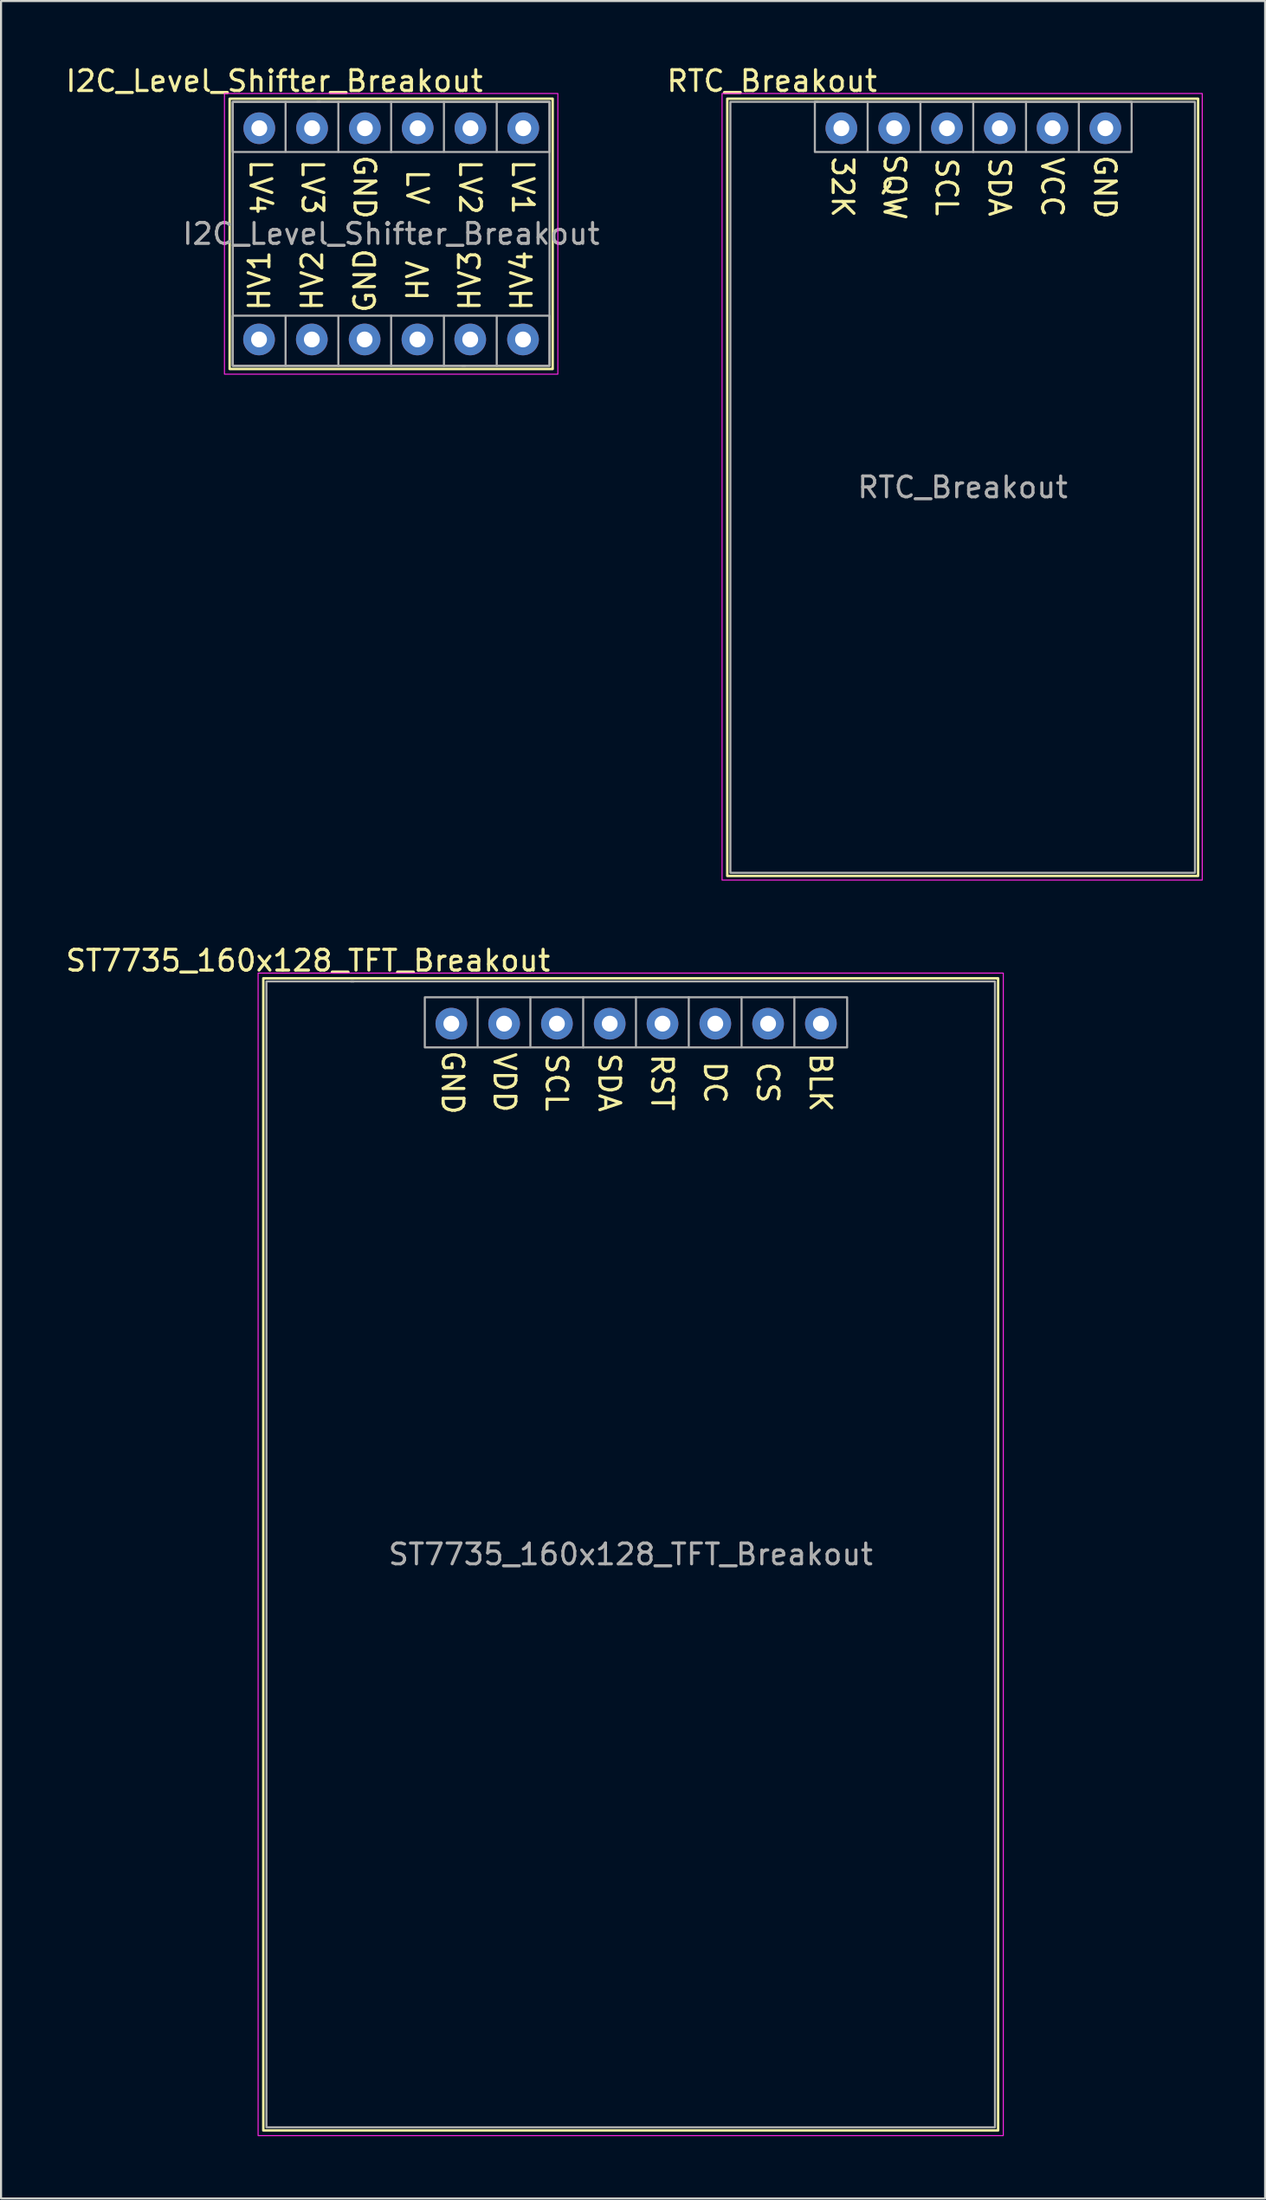
<source format=kicad_pcb>
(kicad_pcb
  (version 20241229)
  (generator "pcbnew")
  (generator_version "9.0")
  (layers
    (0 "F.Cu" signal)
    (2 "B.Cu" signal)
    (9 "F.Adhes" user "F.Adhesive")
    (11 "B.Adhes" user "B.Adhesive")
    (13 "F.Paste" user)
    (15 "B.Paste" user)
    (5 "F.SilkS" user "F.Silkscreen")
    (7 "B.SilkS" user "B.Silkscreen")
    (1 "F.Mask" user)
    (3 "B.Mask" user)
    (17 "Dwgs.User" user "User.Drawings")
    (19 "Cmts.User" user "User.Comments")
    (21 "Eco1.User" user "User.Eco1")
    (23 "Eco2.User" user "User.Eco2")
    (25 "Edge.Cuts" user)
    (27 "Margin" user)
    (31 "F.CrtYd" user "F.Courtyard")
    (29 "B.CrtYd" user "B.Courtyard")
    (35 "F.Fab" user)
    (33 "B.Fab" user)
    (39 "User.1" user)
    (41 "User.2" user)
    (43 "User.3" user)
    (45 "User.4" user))
  (footprint "RTC_Breakout"
    (layer "F.Cu")
    (at 32.09 1.848)
    (property "Reference" "RTC_Breakout" (at 2 -1 0) (unlocked yes) (layer "F.SilkS") (effects (font (size 1 1) (thickness 0.15))))
    (attr through_hole)
    (fp_rect (start -0.15 -0.15) (end 22.502 37.234) (stroke (width 0.12) (type solid)) (fill no) (layer "F.SilkS"))
    (fp_rect (start -0.4 -0.4) (end 22.702 37.434) (stroke (width 0.05) (type solid)) (fill no) (layer "F.CrtYd"))
    (fp_line (start 4.2 0) (end 4.064 0) (stroke (width 0.1) (type solid)) (layer "F.Fab"))
    (fp_line (start 6.604 0) (end 6.604 2.4) (stroke (width 0.1) (type solid)) (layer "F.Fab"))
    (fp_line (start 9.144 0) (end 9.144 2.4) (stroke (width 0.1) (type solid)) (layer "F.Fab"))
    (fp_line (start 11.684 0) (end 11.684 2.413) (stroke (width 0.1) (type solid)) (layer "F.Fab"))
    (fp_line (start 14.224 0) (end 14.224 2.4) (stroke (width 0.1) (type solid)) (layer "F.Fab"))
    (fp_line (start 16.764 0) (end 16.764 2.4) (stroke (width 0.1) (type solid)) (layer "F.Fab"))
    (fp_rect (start 0 0) (end 22.352 37.084) (stroke (width 0.1) (type solid)) (fill no) (layer "F.Fab"))
    (fp_rect (start 4.064 0) (end 19.304 2.413) (stroke (width 0.1) (type solid)) (fill no) (layer "F.Fab"))
    (fp_text user "SQW" (at 7.9 4.1 270) (unlocked yes) (layer "F.SilkS") (effects (font (size 1 1) (thickness 0.15))))
    (fp_text user "SCL" (at 10.4 4.1 270) (unlocked yes) (layer "F.SilkS") (effects (font (size 1 1) (thickness 0.15))))
    (fp_text user "GND" (at 18.02 4.1 270) (unlocked yes) (layer "F.SilkS") (effects (font (size 1 1) (thickness 0.15))))
    (fp_text user "32K" (at 5.4 4.1 270) (unlocked yes) (layer "F.SilkS") (effects (font (size 1 1) (thickness 0.15))))
    (fp_text user "VCC" (at 15.48 4.1 270) (unlocked yes) (layer "F.SilkS") (effects (font (size 1 1) (thickness 0.15))))
    (fp_text user "SDA" (at 12.94 4.1 270) (unlocked yes) (layer "F.SilkS") (effects (font (size 1 1) (thickness 0.15))))
    (fp_text user "${REFERENCE}" (at 11.176 18.542 0) (unlocked yes) (layer "F.Fab") (effects (font (size 1 1) (thickness 0.15))))
    (pad "1" thru_hole circle (at 5.34 1.27) (size 1.524 1.524) (drill 0.762) (layers "*.Cu" "*.Mask"))
    (pad "2" thru_hole circle (at 7.88 1.27) (size 1.524 1.524) (drill 0.762) (layers "*.Cu" "*.Mask"))
    (pad "3" thru_hole circle (at 10.42 1.27) (size 1.524 1.524) (drill 0.762) (layers "*.Cu" "*.Mask"))
    (pad "4" thru_hole circle (at 12.96 1.27) (size 1.524 1.524) (drill 0.762) (layers "*.Cu" "*.Mask"))
    (pad "5" thru_hole circle (at 15.5 1.27) (size 1.524 1.524) (drill 0.762) (layers "*.Cu" "*.Mask"))
    (pad "6" thru_hole circle (at 18.04 1.27) (size 1.524 1.524) (drill 0.762) (layers "*.Cu" "*.Mask")))
  (footprint "ST7735_160x128_TFT_Breakout"
    (layer "F.Cu")
    (at 9.768 44.156)
    (property "Reference" "ST7735_160x128_TFT_Breakout" (at 2 -1 0) (unlocked yes) (layer "F.SilkS") (effects (font (size 1 1) (thickness 0.15))))
    (attr through_hole)
    (fp_rect (start -0.15 -0.15) (end 35.202 55.268) (stroke (width 0.12) (type solid)) (fill no) (layer "F.SilkS"))
    (fp_rect (start -0.4 -0.4) (end 35.452 55.518) (stroke (width 0.05) (type solid)) (fill no) (layer "F.CrtYd"))
    (fp_line (start 4.2 0) (end 4.064 0) (stroke (width 0.1) (type solid)) (layer "F.Fab"))
    (fp_line (start 10.16 0.762) (end 10.16 3.162) (stroke (width 0.1) (type solid)) (layer "F.Fab"))
    (fp_line (start 12.7 0.762) (end 12.7 3.162) (stroke (width 0.1) (type solid)) (layer "F.Fab"))
    (fp_line (start 15.24 0.762) (end 15.24 3.175) (stroke (width 0.1) (type solid)) (layer "F.Fab"))
    (fp_line (start 17.78 0.762) (end 17.78 3.162) (stroke (width 0.1) (type solid)) (layer "F.Fab"))
    (fp_line (start 20.32 0.762) (end 20.32 3.162) (stroke (width 0.1) (type solid)) (layer "F.Fab"))
    (fp_line (start 22.86 0.762) (end 22.86 3.162) (stroke (width 0.1) (type solid)) (layer "F.Fab"))
    (fp_line (start 25.4 0.762) (end 25.4 3.162) (stroke (width 0.1) (type solid)) (layer "F.Fab"))
    (fp_rect (start 0 0) (end 35.052 55.118) (stroke (width 0.1) (type solid)) (fill no) (layer "F.Fab"))
    (fp_rect (start 7.62 0.762) (end 27.94 3.175) (stroke (width 0.1) (type solid)) (fill no) (layer "F.Fab"))
    (fp_text user "GND" (at 8.956 4.862 270) (unlocked yes) (layer "F.SilkS") (effects (font (size 1 1) (thickness 0.15))))
    (fp_text user "RST" (at 19.036 4.862 270) (unlocked yes) (layer "F.SilkS") (effects (font (size 1 1) (thickness 0.15))))
    (fp_text user "DC" (at 21.576 4.862 270) (unlocked yes) (layer "F.SilkS") (effects (font (size 1 1) (thickness 0.15))))
    (fp_text user "VDD" (at 11.456 4.862 270) (unlocked yes) (layer "F.SilkS") (effects (font (size 1 1) (thickness 0.15))))
    (fp_text user "SCL" (at 13.956 4.862 270) (unlocked yes) (layer "F.SilkS") (effects (font (size 1 1) (thickness 0.15))))
    (fp_text user "BLK" (at 26.656 4.862 270) (unlocked yes) (layer "F.SilkS") (effects (font (size 1 1) (thickness 0.15))))
    (fp_text user "SDA" (at 16.496 4.862 270) (unlocked yes) (layer "F.SilkS") (effects (font (size 1 1) (thickness 0.15))))
    (fp_text user "CS" (at 24.116 4.862 270) (unlocked yes) (layer "F.SilkS") (effects (font (size 1 1) (thickness 0.15))))
    (fp_text user "${REFERENCE}" (at 17.526 27.559 0) (unlocked yes) (layer "F.Fab") (effects (font (size 1 1) (thickness 0.15))))
    (pad "1" thru_hole circle (at 8.896 2.032) (size 1.524 1.524) (drill 0.762) (layers "*.Cu" "*.Mask"))
    (pad "2" thru_hole circle (at 11.436 2.032) (size 1.524 1.524) (drill 0.762) (layers "*.Cu" "*.Mask"))
    (pad "3" thru_hole circle (at 13.976 2.032) (size 1.524 1.524) (drill 0.762) (layers "*.Cu" "*.Mask"))
    (pad "4" thru_hole circle (at 16.516 2.032) (size 1.524 1.524) (drill 0.762) (layers "*.Cu" "*.Mask"))
    (pad "5" thru_hole circle (at 19.056 2.032) (size 1.524 1.524) (drill 0.762) (layers "*.Cu" "*.Mask"))
    (pad "6" thru_hole circle (at 21.596 2.032) (size 1.524 1.524) (drill 0.762) (layers "*.Cu" "*.Mask"))
    (pad "7" thru_hole circle (at 24.136 2.032) (size 1.524 1.524) (drill 0.762) (layers "*.Cu" "*.Mask"))
    (pad "8" thru_hole circle (at 26.676 2.032) (size 1.524 1.524) (drill 0.762) (layers "*.Cu" "*.Mask")))
  (footprint "I2C_Level_Shifter_Breakout"
    (layer "F.Cu")
    (at 8.149 1.848)
    (property "Reference" "I2C_Level_Shifter_Breakout" (at 2 -1 0) (unlocked yes) (layer "F.SilkS") (effects (font (size 1 1) (thickness 0.15))))
    (attr through_hole)
    (fp_rect (start -0.15 -0.15) (end 15.39 12.85) (stroke (width 0.12) (type solid)) (fill no) (layer "F.SilkS"))
    (fp_rect (start -0.4 -0.4) (end 15.64 13.1) (stroke (width 0.05) (type solid)) (fill no) (layer "F.CrtYd"))
    (fp_line (start 2.54 0) (end 2.54 2.4) (stroke (width 0.1) (type solid)) (layer "F.Fab"))
    (fp_line (start 2.54 12.7) (end 2.54 10.3) (stroke (width 0.1) (type solid)) (layer "F.Fab"))
    (fp_line (start 4.2 0) (end 4.064 0) (stroke (width 0.1) (type solid)) (layer "F.Fab"))
    (fp_line (start 5.08 0) (end 5.08 2.4) (stroke (width 0.1) (type solid)) (layer "F.Fab"))
    (fp_line (start 5.08 12.7) (end 5.08 10.3) (stroke (width 0.1) (type solid)) (layer "F.Fab"))
    (fp_line (start 7.62 0) (end 7.62 2.413) (stroke (width 0.1) (type solid)) (layer "F.Fab"))
    (fp_line (start 7.62 12.7) (end 7.62 10.287) (stroke (width 0.1) (type solid)) (layer "F.Fab"))
    (fp_line (start 10.16 0) (end 10.16 2.4) (stroke (width 0.1) (type solid)) (layer "F.Fab"))
    (fp_line (start 10.16 12.7) (end 10.16 10.3) (stroke (width 0.1) (type solid)) (layer "F.Fab"))
    (fp_line (start 11.04 12.7) (end 11.176 12.7) (stroke (width 0.1) (type solid)) (layer "F.Fab"))
    (fp_line (start 12.7 0) (end 12.7 2.4) (stroke (width 0.1) (type solid)) (layer "F.Fab"))
    (fp_line (start 12.7 12.7) (end 12.7 10.3) (stroke (width 0.1) (type solid)) (layer "F.Fab"))
    (fp_rect (start 0 0) (end 15.24 2.413) (stroke (width 0.1) (type solid)) (fill no) (layer "F.Fab"))
    (fp_rect (start 0 0) (end 15.24 12.7) (stroke (width 0.1) (type solid)) (fill no) (layer "F.Fab"))
    (fp_rect (start 15.24 12.7) (end 0 10.287) (stroke (width 0.1) (type solid)) (fill no) (layer "F.Fab"))
    (fp_text user "LV3" (at 3.836 4.1 270) (unlocked yes) (layer "F.SilkS") (effects (font (size 1 1) (thickness 0.15))))
    (fp_text user "HV1" (at 1.284 8.6 90) (unlocked yes) (layer "F.SilkS") (effects (font (size 1 1) (thickness 0.15))))
    (fp_text user "HV2" (at 3.824 8.6 90) (unlocked yes) (layer "F.SilkS") (effects (font (size 1 1) (thickness 0.15))))
    (fp_text user "LV4" (at 1.336 4.1 270) (unlocked yes) (layer "F.SilkS") (effects (font (size 1 1) (thickness 0.15))))
    (fp_text user "HV4" (at 13.904 8.6 90) (unlocked yes) (layer "F.SilkS") (effects (font (size 1 1) (thickness 0.15))))
    (fp_text user "HV" (at 8.904 8.6 90) (unlocked yes) (layer "F.SilkS") (effects (font (size 1 1) (thickness 0.15))))
    (fp_text user "LV" (at 8.876 4.1 270) (unlocked yes) (layer "F.SilkS") (effects (font (size 1 1) (thickness 0.15))))
    (fp_text user "GND" (at 6.336 4.1 270) (unlocked yes) (layer "F.SilkS") (effects (font (size 1 1) (thickness 0.15))))
    (fp_text user "GND" (at 6.364 8.6 90) (unlocked yes) (layer "F.SilkS") (effects (font (size 1 1) (thickness 0.15))))
    (fp_text user "LV2" (at 11.416 4.1 270) (unlocked yes) (layer "F.SilkS") (effects (font (size 1 1) (thickness 0.15))))
    (fp_text user "LV1" (at 13.956 4.1 270) (unlocked yes) (layer "F.SilkS") (effects (font (size 1 1) (thickness 0.15))))
    (fp_text user "HV3" (at 11.404 8.6 90) (unlocked yes) (layer "F.SilkS") (effects (font (size 1 1) (thickness 0.15))))
    (fp_text user "${REFERENCE}" (at 7.62 6.35 0) (unlocked yes) (layer "F.Fab") (effects (font (size 1 1) (thickness 0.15))))
    (pad "1" thru_hole circle (at 1.276 1.27) (size 1.524 1.524) (drill 0.762) (layers "*.Cu" "*.Mask"))
    (pad "2" thru_hole circle (at 3.816 1.27) (size 1.524 1.524) (drill 0.762) (layers "*.Cu" "*.Mask"))
    (pad "3" thru_hole circle (at 6.356 1.27) (size 1.524 1.524) (drill 0.762) (layers "*.Cu" "*.Mask"))
    (pad "4" thru_hole circle (at 8.896 1.27) (size 1.524 1.524) (drill 0.762) (layers "*.Cu" "*.Mask"))
    (pad "5" thru_hole circle (at 11.436 1.27) (size 1.524 1.524) (drill 0.762) (layers "*.Cu" "*.Mask"))
    (pad "6" thru_hole circle (at 13.976 1.27) (size 1.524 1.524) (drill 0.762) (layers "*.Cu" "*.Mask"))
    (pad "7" thru_hole circle (at 13.964 11.43 180) (size 1.524 1.524) (drill 0.762) (layers "*.Cu" "*.Mask"))
    (pad "8" thru_hole circle (at 11.424 11.43 180) (size 1.524 1.524) (drill 0.762) (layers "*.Cu" "*.Mask"))
    (pad "9" thru_hole circle (at 8.884 11.43 180) (size 1.524 1.524) (drill 0.762) (layers "*.Cu" "*.Mask"))
    (pad "10" thru_hole circle (at 6.344 11.43 180) (size 1.524 1.524) (drill 0.762) (layers "*.Cu" "*.Mask"))
    (pad "11" thru_hole circle (at 3.804 11.43 180) (size 1.524 1.524) (drill 0.762) (layers "*.Cu" "*.Mask"))
    (pad "12" thru_hole circle (at 1.264 11.43 180) (size 1.524 1.524) (drill 0.762) (layers "*.Cu" "*.Mask")))
  (gr_rect
    (start -3 -3)
    (end 57.817 102.698)
    (stroke (width 0.1) (type default))
    (fill no)
    (layer "Edge.Cuts")))
</source>
